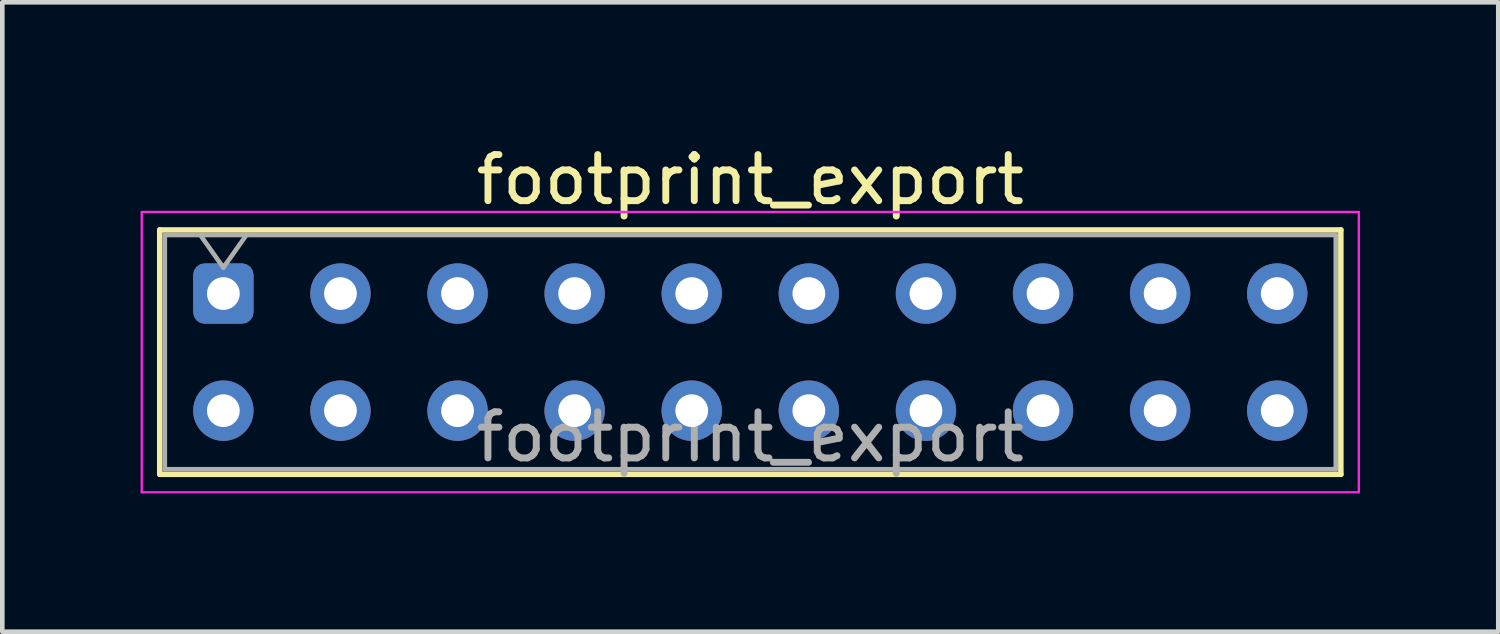
<source format=kicad_pcb>
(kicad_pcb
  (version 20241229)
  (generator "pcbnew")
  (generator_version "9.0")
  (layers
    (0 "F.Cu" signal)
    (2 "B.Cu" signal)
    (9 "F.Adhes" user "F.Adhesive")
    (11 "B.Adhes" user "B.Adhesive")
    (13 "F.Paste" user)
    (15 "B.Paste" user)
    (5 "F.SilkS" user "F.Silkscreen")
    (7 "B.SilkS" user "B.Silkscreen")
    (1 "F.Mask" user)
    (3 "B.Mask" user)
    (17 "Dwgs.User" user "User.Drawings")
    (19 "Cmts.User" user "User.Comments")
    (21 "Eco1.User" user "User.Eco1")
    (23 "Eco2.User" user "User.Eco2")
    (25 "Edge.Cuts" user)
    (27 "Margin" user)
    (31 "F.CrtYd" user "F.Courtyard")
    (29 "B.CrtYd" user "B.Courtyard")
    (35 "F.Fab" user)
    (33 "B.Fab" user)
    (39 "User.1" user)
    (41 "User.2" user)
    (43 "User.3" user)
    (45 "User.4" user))
  (footprint "footprint_export"
    (layer "F.Cu")
    (at 1.795 3.318)
    (property "Reference" "footprint_export" (at 11.43 -2.47 0) (layer "F.SilkS") (effects (font (size 1 1) (thickness 0.15))))
    (attr through_hole)
    (fp_line (start -1.38 -1.38) (end 24.24 -1.38) (stroke (width 0.12) (type solid)) (layer "F.SilkS"))
    (fp_line (start -1.38 3.92) (end -1.38 -1.38) (stroke (width 0.12) (type solid)) (layer "F.SilkS"))
    (fp_line (start 24.24 -1.38) (end 24.24 3.92) (stroke (width 0.12) (type solid)) (layer "F.SilkS"))
    (fp_line (start 24.24 3.92) (end -1.38 3.92) (stroke (width 0.12) (type solid)) (layer "F.SilkS"))
    (fp_line (start -1.77 -1.77) (end 24.63 -1.77) (stroke (width 0.05) (type solid)) (layer "F.CrtYd"))
    (fp_line (start -1.77 4.31) (end -1.77 -1.77) (stroke (width 0.05) (type solid)) (layer "F.CrtYd"))
    (fp_line (start 24.63 -1.77) (end 24.63 4.31) (stroke (width 0.05) (type solid)) (layer "F.CrtYd"))
    (fp_line (start 24.63 4.31) (end -1.77 4.31) (stroke (width 0.05) (type solid)) (layer "F.CrtYd"))
    (fp_line (start -1.27 -1.27) (end 24.13 -1.27) (stroke (width 0.1) (type solid)) (layer "F.Fab"))
    (fp_line (start -1.27 3.81) (end -1.27 -1.27) (stroke (width 0.1) (type solid)) (layer "F.Fab"))
    (fp_line (start -0.5 -1.27) (end 0 -0.563) (stroke (width 0.1) (type solid)) (layer "F.Fab"))
    (fp_line (start 0 -0.563) (end 0.5 -1.27) (stroke (width 0.1) (type solid)) (layer "F.Fab"))
    (fp_line (start 24.13 -1.27) (end 24.13 3.81) (stroke (width 0.1) (type solid)) (layer "F.Fab"))
    (fp_line (start 24.13 3.81) (end -1.27 3.81) (stroke (width 0.1) (type solid)) (layer "F.Fab"))
    (fp_text user "${REFERENCE}" (at 11.43 3.11 0) (layer "F.Fab") (effects (font (size 1 1) (thickness 0.15))))
    (pad "1" thru_hole roundrect (at 0 0) (size 1.31 1.31) (drill 0.71) (layers "*.Cu" "*.Mask") (roundrect_rratio 0.191))
    (pad "2" thru_hole circle (at 0 2.54) (size 1.31 1.31) (drill 0.71) (layers "*.Cu" "*.Mask"))
    (pad "3" thru_hole circle (at 2.54 0) (size 1.31 1.31) (drill 0.71) (layers "*.Cu" "*.Mask"))
    (pad "4" thru_hole circle (at 2.54 2.54) (size 1.31 1.31) (drill 0.71) (layers "*.Cu" "*.Mask"))
    (pad "5" thru_hole circle (at 5.08 0) (size 1.31 1.31) (drill 0.71) (layers "*.Cu" "*.Mask"))
    (pad "6" thru_hole circle (at 5.08 2.54) (size 1.31 1.31) (drill 0.71) (layers "*.Cu" "*.Mask"))
    (pad "7" thru_hole circle (at 7.62 0) (size 1.31 1.31) (drill 0.71) (layers "*.Cu" "*.Mask"))
    (pad "8" thru_hole circle (at 7.62 2.54) (size 1.31 1.31) (drill 0.71) (layers "*.Cu" "*.Mask"))
    (pad "9" thru_hole circle (at 10.16 0) (size 1.31 1.31) (drill 0.71) (layers "*.Cu" "*.Mask"))
    (pad "10" thru_hole circle (at 10.16 2.54) (size 1.31 1.31) (drill 0.71) (layers "*.Cu" "*.Mask"))
    (pad "11" thru_hole circle (at 12.7 0) (size 1.31 1.31) (drill 0.71) (layers "*.Cu" "*.Mask"))
    (pad "12" thru_hole circle (at 12.7 2.54) (size 1.31 1.31) (drill 0.71) (layers "*.Cu" "*.Mask"))
    (pad "13" thru_hole circle (at 15.24 0) (size 1.31 1.31) (drill 0.71) (layers "*.Cu" "*.Mask"))
    (pad "14" thru_hole circle (at 15.24 2.54) (size 1.31 1.31) (drill 0.71) (layers "*.Cu" "*.Mask"))
    (pad "15" thru_hole circle (at 17.78 0) (size 1.31 1.31) (drill 0.71) (layers "*.Cu" "*.Mask"))
    (pad "16" thru_hole circle (at 17.78 2.54) (size 1.31 1.31) (drill 0.71) (layers "*.Cu" "*.Mask"))
    (pad "17" thru_hole circle (at 20.32 0) (size 1.31 1.31) (drill 0.71) (layers "*.Cu" "*.Mask"))
    (pad "18" thru_hole circle (at 20.32 2.54) (size 1.31 1.31) (drill 0.71) (layers "*.Cu" "*.Mask"))
    (pad "19" thru_hole circle (at 22.86 0) (size 1.31 1.31) (drill 0.71) (layers "*.Cu" "*.Mask"))
    (pad "20" thru_hole circle (at 22.86 2.54) (size 1.31 1.31) (drill 0.71) (layers "*.Cu" "*.Mask")))
  (gr_rect
    (start -3 -3)
    (end 29.45 10.653)
    (stroke (width 0.1) (type default))
    (fill no)
    (layer "Edge.Cuts")))
</source>
